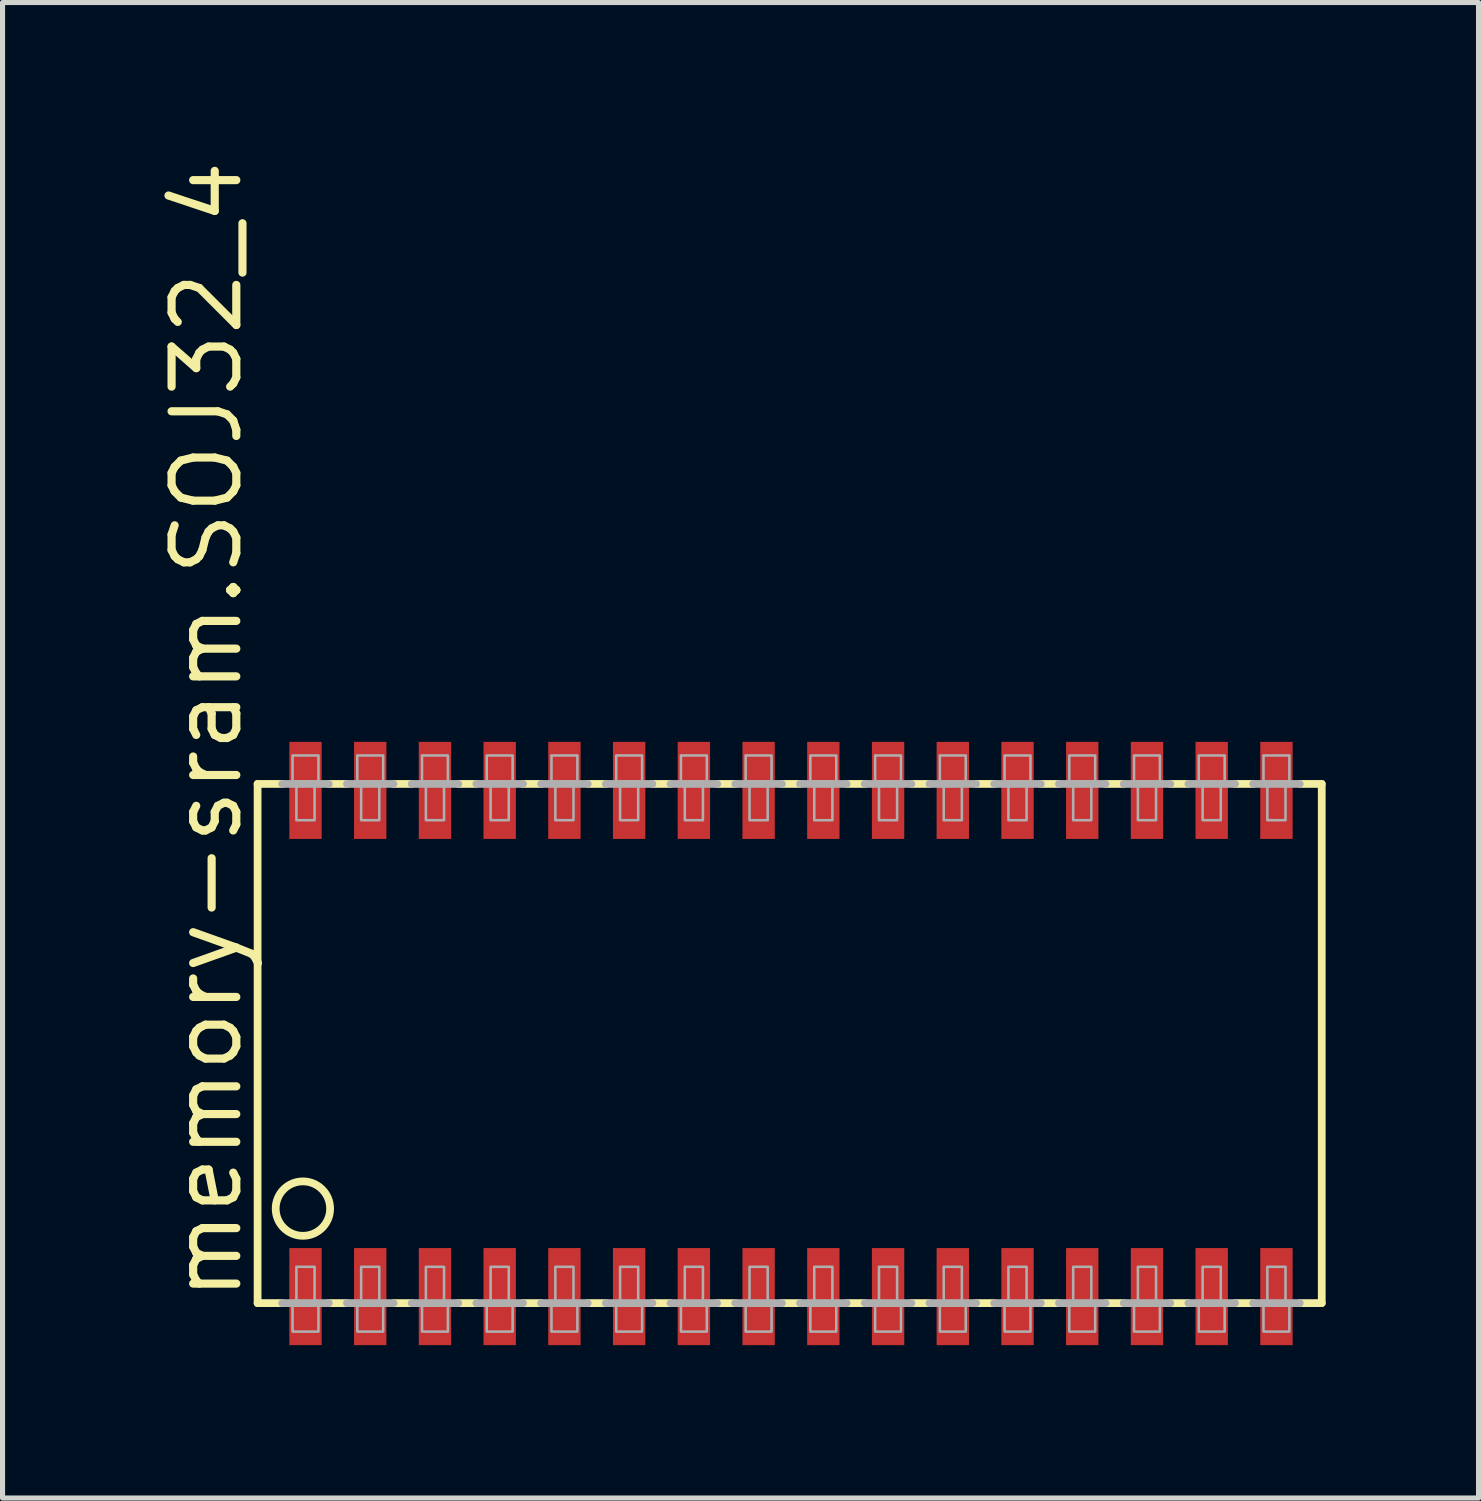
<source format=kicad_pcb>
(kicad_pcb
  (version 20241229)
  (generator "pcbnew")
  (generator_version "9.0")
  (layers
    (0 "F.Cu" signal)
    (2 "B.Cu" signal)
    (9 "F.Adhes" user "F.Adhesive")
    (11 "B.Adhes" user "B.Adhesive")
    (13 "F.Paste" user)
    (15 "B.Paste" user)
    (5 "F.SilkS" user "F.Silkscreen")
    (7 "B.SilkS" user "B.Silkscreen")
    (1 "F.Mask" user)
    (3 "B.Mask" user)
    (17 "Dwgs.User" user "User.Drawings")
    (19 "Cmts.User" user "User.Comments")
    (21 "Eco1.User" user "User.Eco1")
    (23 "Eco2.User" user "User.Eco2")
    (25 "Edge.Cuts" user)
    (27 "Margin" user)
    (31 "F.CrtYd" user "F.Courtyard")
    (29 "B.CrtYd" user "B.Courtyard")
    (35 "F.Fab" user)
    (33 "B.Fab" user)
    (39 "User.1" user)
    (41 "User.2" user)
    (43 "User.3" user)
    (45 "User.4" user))
  (footprint "memory-sram.SOJ32_4"
    (layer "F.Cu")
    (at 12.469 17.424)
    (property "Reference" "memory-sram.SOJ32_4" (at -10.719 5.118 90) (layer "F.SilkS") (effects (font (size 1.27 1.27) (thickness 0.16)) (justify left bottom)))
    (attr smd)
    (fp_line (start -10.465 -5.093) (end -10.465 5.093) (stroke (width 0.152) (type default)) (layer "F.SilkS"))
    (fp_line (start -10.465 -5.093) (end -9.982 -5.093) (stroke (width 0.152) (type default)) (layer "F.SilkS"))
    (fp_line (start -10.465 5.093) (end -9.982 5.093) (stroke (width 0.152) (type default)) (layer "F.SilkS"))
    (fp_line (start -9.068 -5.093) (end -8.712 -5.093) (stroke (width 0.152) (type default)) (layer "F.SilkS"))
    (fp_line (start -8.712 5.093) (end -9.068 5.093) (stroke (width 0.152) (type default)) (layer "F.SilkS"))
    (fp_line (start -7.798 -5.093) (end -7.442 -5.093) (stroke (width 0.152) (type default)) (layer "F.SilkS"))
    (fp_line (start -7.442 5.093) (end -7.798 5.093) (stroke (width 0.152) (type default)) (layer "F.SilkS"))
    (fp_line (start -6.528 -5.093) (end -6.172 -5.093) (stroke (width 0.152) (type default)) (layer "F.SilkS"))
    (fp_line (start -6.172 5.093) (end -6.528 5.093) (stroke (width 0.152) (type default)) (layer "F.SilkS"))
    (fp_line (start -5.258 -5.093) (end -4.902 -5.093) (stroke (width 0.152) (type default)) (layer "F.SilkS"))
    (fp_line (start -4.902 5.093) (end -5.258 5.093) (stroke (width 0.152) (type default)) (layer "F.SilkS"))
    (fp_line (start -3.988 -5.093) (end -3.632 -5.093) (stroke (width 0.152) (type default)) (layer "F.SilkS"))
    (fp_line (start -3.632 5.093) (end -3.988 5.093) (stroke (width 0.152) (type default)) (layer "F.SilkS"))
    (fp_line (start -2.718 -5.093) (end -2.362 -5.093) (stroke (width 0.152) (type default)) (layer "F.SilkS"))
    (fp_line (start -2.362 5.093) (end -2.718 5.093) (stroke (width 0.152) (type default)) (layer "F.SilkS"))
    (fp_line (start -1.448 -5.093) (end -1.092 -5.093) (stroke (width 0.152) (type default)) (layer "F.SilkS"))
    (fp_line (start -1.092 5.093) (end -1.448 5.093) (stroke (width 0.152) (type default)) (layer "F.SilkS"))
    (fp_line (start -0.178 -5.093) (end 0.178 -5.093) (stroke (width 0.152) (type default)) (layer "F.SilkS"))
    (fp_line (start 0.178 5.093) (end -0.178 5.093) (stroke (width 0.152) (type default)) (layer "F.SilkS"))
    (fp_line (start 1.092 -5.093) (end 1.448 -5.093) (stroke (width 0.152) (type default)) (layer "F.SilkS"))
    (fp_line (start 1.448 5.093) (end 1.092 5.093) (stroke (width 0.152) (type default)) (layer "F.SilkS"))
    (fp_line (start 2.362 -5.093) (end 2.718 -5.093) (stroke (width 0.152) (type default)) (layer "F.SilkS"))
    (fp_line (start 2.718 5.093) (end 2.362 5.093) (stroke (width 0.152) (type default)) (layer "F.SilkS"))
    (fp_line (start 3.632 -5.093) (end 3.988 -5.093) (stroke (width 0.152) (type default)) (layer "F.SilkS"))
    (fp_line (start 3.988 5.093) (end 3.632 5.093) (stroke (width 0.152) (type default)) (layer "F.SilkS"))
    (fp_line (start 4.902 -5.093) (end 5.258 -5.093) (stroke (width 0.152) (type default)) (layer "F.SilkS"))
    (fp_line (start 5.258 5.093) (end 4.902 5.093) (stroke (width 0.152) (type default)) (layer "F.SilkS"))
    (fp_line (start 6.172 -5.093) (end 6.528 -5.093) (stroke (width 0.152) (type default)) (layer "F.SilkS"))
    (fp_line (start 6.528 5.093) (end 6.172 5.093) (stroke (width 0.152) (type default)) (layer "F.SilkS"))
    (fp_line (start 7.442 -5.093) (end 7.798 -5.093) (stroke (width 0.152) (type default)) (layer "F.SilkS"))
    (fp_line (start 7.798 5.093) (end 7.442 5.093) (stroke (width 0.152) (type default)) (layer "F.SilkS"))
    (fp_line (start 8.712 -5.093) (end 9.068 -5.093) (stroke (width 0.152) (type default)) (layer "F.SilkS"))
    (fp_line (start 9.068 5.093) (end 8.712 5.093) (stroke (width 0.152) (type default)) (layer "F.SilkS"))
    (fp_line (start 10.414 -5.093) (end 9.982 -5.093) (stroke (width 0.152) (type default)) (layer "F.SilkS"))
    (fp_line (start 10.414 5.093) (end 9.982 5.093) (stroke (width 0.152) (type default)) (layer "F.SilkS"))
    (fp_line (start 10.414 5.093) (end 10.414 -5.093) (stroke (width 0.152) (type default)) (layer "F.SilkS"))
    (fp_circle (center -9.576 3.239) (end -9.042 3.239) (stroke (width 0.152) (type default)) (fill no) (layer "F.SilkS"))
    (fp_line (start -9.982 -5.093) (end -9.068 -5.093) (stroke (width 0.152) (type default)) (layer "F.Fab"))
    (fp_line (start -9.982 5.093) (end -9.068 5.093) (stroke (width 0.152) (type default)) (layer "F.Fab"))
    (fp_line (start -8.712 -5.093) (end -7.798 -5.093) (stroke (width 0.152) (type default)) (layer "F.Fab"))
    (fp_line (start -7.798 5.093) (end -8.712 5.093) (stroke (width 0.152) (type default)) (layer "F.Fab"))
    (fp_line (start -7.442 -5.093) (end -6.528 -5.093) (stroke (width 0.152) (type default)) (layer "F.Fab"))
    (fp_line (start -6.528 5.093) (end -7.442 5.093) (stroke (width 0.152) (type default)) (layer "F.Fab"))
    (fp_line (start -6.172 -5.093) (end -5.258 -5.093) (stroke (width 0.152) (type default)) (layer "F.Fab"))
    (fp_line (start -5.258 5.093) (end -6.172 5.093) (stroke (width 0.152) (type default)) (layer "F.Fab"))
    (fp_line (start -4.902 -5.093) (end -3.988 -5.093) (stroke (width 0.152) (type default)) (layer "F.Fab"))
    (fp_line (start -3.988 5.093) (end -4.902 5.093) (stroke (width 0.152) (type default)) (layer "F.Fab"))
    (fp_line (start -3.632 -5.093) (end -2.718 -5.093) (stroke (width 0.152) (type default)) (layer "F.Fab"))
    (fp_line (start -2.718 5.093) (end -3.632 5.093) (stroke (width 0.152) (type default)) (layer "F.Fab"))
    (fp_line (start -2.362 -5.093) (end -1.448 -5.093) (stroke (width 0.152) (type default)) (layer "F.Fab"))
    (fp_line (start -1.448 5.093) (end -2.362 5.093) (stroke (width 0.152) (type default)) (layer "F.Fab"))
    (fp_line (start -1.092 -5.093) (end -0.178 -5.093) (stroke (width 0.152) (type default)) (layer "F.Fab"))
    (fp_line (start -0.178 5.093) (end -1.092 5.093) (stroke (width 0.152) (type default)) (layer "F.Fab"))
    (fp_line (start 0.178 -5.093) (end 1.092 -5.093) (stroke (width 0.152) (type default)) (layer "F.Fab"))
    (fp_line (start 1.092 5.093) (end 0.178 5.093) (stroke (width 0.152) (type default)) (layer "F.Fab"))
    (fp_line (start 1.448 -5.093) (end 2.362 -5.093) (stroke (width 0.152) (type default)) (layer "F.Fab"))
    (fp_line (start 2.362 5.093) (end 1.448 5.093) (stroke (width 0.152) (type default)) (layer "F.Fab"))
    (fp_line (start 2.718 -5.093) (end 3.632 -5.093) (stroke (width 0.152) (type default)) (layer "F.Fab"))
    (fp_line (start 3.632 5.093) (end 2.718 5.093) (stroke (width 0.152) (type default)) (layer "F.Fab"))
    (fp_line (start 3.988 -5.093) (end 4.902 -5.093) (stroke (width 0.152) (type default)) (layer "F.Fab"))
    (fp_line (start 4.902 5.093) (end 3.988 5.093) (stroke (width 0.152) (type default)) (layer "F.Fab"))
    (fp_line (start 5.258 -5.093) (end 6.172 -5.093) (stroke (width 0.152) (type default)) (layer "F.Fab"))
    (fp_line (start 6.172 5.093) (end 5.258 5.093) (stroke (width 0.152) (type default)) (layer "F.Fab"))
    (fp_line (start 6.528 -5.093) (end 7.442 -5.093) (stroke (width 0.152) (type default)) (layer "F.Fab"))
    (fp_line (start 7.442 5.093) (end 6.528 5.093) (stroke (width 0.152) (type default)) (layer "F.Fab"))
    (fp_line (start 7.798 -5.093) (end 8.712 -5.093) (stroke (width 0.152) (type default)) (layer "F.Fab"))
    (fp_line (start 8.712 5.093) (end 7.798 5.093) (stroke (width 0.152) (type default)) (layer "F.Fab"))
    (fp_line (start 9.982 -5.093) (end 9.068 -5.093) (stroke (width 0.152) (type default)) (layer "F.Fab"))
    (fp_line (start 9.982 5.093) (end 9.068 5.093) (stroke (width 0.152) (type default)) (layer "F.Fab"))
    (fp_rect (start -9.779 -5.144) (end -9.271 -5.652) (stroke (width 0.05) (type default)) (fill no) (layer "F.Fab"))
    (fp_rect (start -9.779 5.652) (end -9.271 5.144) (stroke (width 0.05) (type default)) (fill no) (layer "F.Fab"))
    (fp_rect (start -9.703 -4.381) (end -9.347 -5.144) (stroke (width 0.05) (type default)) (fill no) (layer "F.Fab"))
    (fp_rect (start -9.703 5.144) (end -9.347 4.381) (stroke (width 0.05) (type default)) (fill no) (layer "F.Fab"))
    (fp_rect (start -8.509 -5.144) (end -8.001 -5.652) (stroke (width 0.05) (type default)) (fill no) (layer "F.Fab"))
    (fp_rect (start -8.509 5.652) (end -8.001 5.144) (stroke (width 0.05) (type default)) (fill no) (layer "F.Fab"))
    (fp_rect (start -8.433 -4.381) (end -8.077 -5.144) (stroke (width 0.05) (type default)) (fill no) (layer "F.Fab"))
    (fp_rect (start -8.433 5.144) (end -8.077 4.381) (stroke (width 0.05) (type default)) (fill no) (layer "F.Fab"))
    (fp_rect (start -7.239 -5.144) (end -6.731 -5.652) (stroke (width 0.05) (type default)) (fill no) (layer "F.Fab"))
    (fp_rect (start -7.239 5.652) (end -6.731 5.144) (stroke (width 0.05) (type default)) (fill no) (layer "F.Fab"))
    (fp_rect (start -7.163 -4.381) (end -6.807 -5.144) (stroke (width 0.05) (type default)) (fill no) (layer "F.Fab"))
    (fp_rect (start -7.163 5.144) (end -6.807 4.381) (stroke (width 0.05) (type default)) (fill no) (layer "F.Fab"))
    (fp_rect (start -5.969 -5.144) (end -5.461 -5.652) (stroke (width 0.05) (type default)) (fill no) (layer "F.Fab"))
    (fp_rect (start -5.969 5.652) (end -5.461 5.144) (stroke (width 0.05) (type default)) (fill no) (layer "F.Fab"))
    (fp_rect (start -5.893 -4.381) (end -5.537 -5.144) (stroke (width 0.05) (type default)) (fill no) (layer "F.Fab"))
    (fp_rect (start -5.893 5.144) (end -5.537 4.381) (stroke (width 0.05) (type default)) (fill no) (layer "F.Fab"))
    (fp_rect (start -4.699 -5.144) (end -4.191 -5.652) (stroke (width 0.05) (type default)) (fill no) (layer "F.Fab"))
    (fp_rect (start -4.699 5.652) (end -4.191 5.144) (stroke (width 0.05) (type default)) (fill no) (layer "F.Fab"))
    (fp_rect (start -4.623 -4.381) (end -4.267 -5.144) (stroke (width 0.05) (type default)) (fill no) (layer "F.Fab"))
    (fp_rect (start -4.623 5.144) (end -4.267 4.381) (stroke (width 0.05) (type default)) (fill no) (layer "F.Fab"))
    (fp_rect (start -3.429 -5.144) (end -2.921 -5.652) (stroke (width 0.05) (type default)) (fill no) (layer "F.Fab"))
    (fp_rect (start -3.429 5.652) (end -2.921 5.144) (stroke (width 0.05) (type default)) (fill no) (layer "F.Fab"))
    (fp_rect (start -3.353 -4.381) (end -2.997 -5.144) (stroke (width 0.05) (type default)) (fill no) (layer "F.Fab"))
    (fp_rect (start -3.353 5.144) (end -2.997 4.381) (stroke (width 0.05) (type default)) (fill no) (layer "F.Fab"))
    (fp_rect (start -2.159 -5.144) (end -1.651 -5.652) (stroke (width 0.05) (type default)) (fill no) (layer "F.Fab"))
    (fp_rect (start -2.159 5.652) (end -1.651 5.144) (stroke (width 0.05) (type default)) (fill no) (layer "F.Fab"))
    (fp_rect (start -2.083 -4.381) (end -1.727 -5.144) (stroke (width 0.05) (type default)) (fill no) (layer "F.Fab"))
    (fp_rect (start -2.083 5.144) (end -1.727 4.381) (stroke (width 0.05) (type default)) (fill no) (layer "F.Fab"))
    (fp_rect (start -0.889 -5.144) (end -0.381 -5.652) (stroke (width 0.05) (type default)) (fill no) (layer "F.Fab"))
    (fp_rect (start -0.889 5.652) (end -0.381 5.144) (stroke (width 0.05) (type default)) (fill no) (layer "F.Fab"))
    (fp_rect (start -0.813 -4.381) (end -0.457 -5.144) (stroke (width 0.05) (type default)) (fill no) (layer "F.Fab"))
    (fp_rect (start -0.813 5.144) (end -0.457 4.381) (stroke (width 0.05) (type default)) (fill no) (layer "F.Fab"))
    (fp_rect (start 0.381 -5.144) (end 0.889 -5.652) (stroke (width 0.05) (type default)) (fill no) (layer "F.Fab"))
    (fp_rect (start 0.381 5.652) (end 0.889 5.144) (stroke (width 0.05) (type default)) (fill no) (layer "F.Fab"))
    (fp_rect (start 0.457 -4.381) (end 0.813 -5.144) (stroke (width 0.05) (type default)) (fill no) (layer "F.Fab"))
    (fp_rect (start 0.457 5.144) (end 0.813 4.381) (stroke (width 0.05) (type default)) (fill no) (layer "F.Fab"))
    (fp_rect (start 1.651 -5.144) (end 2.159 -5.652) (stroke (width 0.05) (type default)) (fill no) (layer "F.Fab"))
    (fp_rect (start 1.651 5.652) (end 2.159 5.144) (stroke (width 0.05) (type default)) (fill no) (layer "F.Fab"))
    (fp_rect (start 1.727 -4.381) (end 2.083 -5.144) (stroke (width 0.05) (type default)) (fill no) (layer "F.Fab"))
    (fp_rect (start 1.727 5.144) (end 2.083 4.381) (stroke (width 0.05) (type default)) (fill no) (layer "F.Fab"))
    (fp_rect (start 2.921 -5.144) (end 3.429 -5.652) (stroke (width 0.05) (type default)) (fill no) (layer "F.Fab"))
    (fp_rect (start 2.921 5.652) (end 3.429 5.144) (stroke (width 0.05) (type default)) (fill no) (layer "F.Fab"))
    (fp_rect (start 2.997 -4.381) (end 3.353 -5.144) (stroke (width 0.05) (type default)) (fill no) (layer "F.Fab"))
    (fp_rect (start 2.997 5.144) (end 3.353 4.381) (stroke (width 0.05) (type default)) (fill no) (layer "F.Fab"))
    (fp_rect (start 4.191 -5.144) (end 4.699 -5.652) (stroke (width 0.05) (type default)) (fill no) (layer "F.Fab"))
    (fp_rect (start 4.191 5.652) (end 4.699 5.144) (stroke (width 0.05) (type default)) (fill no) (layer "F.Fab"))
    (fp_rect (start 4.267 -4.381) (end 4.623 -5.144) (stroke (width 0.05) (type default)) (fill no) (layer "F.Fab"))
    (fp_rect (start 4.267 5.144) (end 4.623 4.381) (stroke (width 0.05) (type default)) (fill no) (layer "F.Fab"))
    (fp_rect (start 5.461 -5.144) (end 5.969 -5.652) (stroke (width 0.05) (type default)) (fill no) (layer "F.Fab"))
    (fp_rect (start 5.461 5.652) (end 5.969 5.144) (stroke (width 0.05) (type default)) (fill no) (layer "F.Fab"))
    (fp_rect (start 5.537 -4.381) (end 5.893 -5.144) (stroke (width 0.05) (type default)) (fill no) (layer "F.Fab"))
    (fp_rect (start 5.537 5.144) (end 5.893 4.381) (stroke (width 0.05) (type default)) (fill no) (layer "F.Fab"))
    (fp_rect (start 6.731 -5.144) (end 7.239 -5.652) (stroke (width 0.05) (type default)) (fill no) (layer "F.Fab"))
    (fp_rect (start 6.731 5.652) (end 7.239 5.144) (stroke (width 0.05) (type default)) (fill no) (layer "F.Fab"))
    (fp_rect (start 6.807 -4.381) (end 7.163 -5.144) (stroke (width 0.05) (type default)) (fill no) (layer "F.Fab"))
    (fp_rect (start 6.807 5.144) (end 7.163 4.381) (stroke (width 0.05) (type default)) (fill no) (layer "F.Fab"))
    (fp_rect (start 8.001 -5.144) (end 8.509 -5.652) (stroke (width 0.05) (type default)) (fill no) (layer "F.Fab"))
    (fp_rect (start 8.001 5.652) (end 8.509 5.144) (stroke (width 0.05) (type default)) (fill no) (layer "F.Fab"))
    (fp_rect (start 8.077 -4.381) (end 8.433 -5.144) (stroke (width 0.05) (type default)) (fill no) (layer "F.Fab"))
    (fp_rect (start 8.077 5.144) (end 8.433 4.381) (stroke (width 0.05) (type default)) (fill no) (layer "F.Fab"))
    (fp_rect (start 9.271 -5.144) (end 9.779 -5.652) (stroke (width 0.05) (type default)) (fill no) (layer "F.Fab"))
    (fp_rect (start 9.271 5.652) (end 9.779 5.144) (stroke (width 0.05) (type default)) (fill no) (layer "F.Fab"))
    (fp_rect (start 9.347 -4.381) (end 9.703 -5.144) (stroke (width 0.05) (type default)) (fill no) (layer "F.Fab"))
    (fp_rect (start 9.347 5.144) (end 9.703 4.381) (stroke (width 0.05) (type default)) (fill no) (layer "F.Fab"))
    (pad "1" smd roundrect (at -9.525 4.966) (size 0.635 1.905) (layers "F.Cu" "F.Mask" "F.Paste") (roundrect_rratio 0.01))
    (pad "2" smd roundrect (at -8.255 4.966) (size 0.635 1.905) (layers "F.Cu" "F.Mask" "F.Paste") (roundrect_rratio 0.01))
    (pad "3" smd roundrect (at -6.985 4.966) (size 0.635 1.905) (layers "F.Cu" "F.Mask" "F.Paste") (roundrect_rratio 0.01))
    (pad "4" smd roundrect (at -5.715 4.966) (size 0.635 1.905) (layers "F.Cu" "F.Mask" "F.Paste") (roundrect_rratio 0.01))
    (pad "5" smd roundrect (at -4.445 4.966) (size 0.635 1.905) (layers "F.Cu" "F.Mask" "F.Paste") (roundrect_rratio 0.01))
    (pad "6" smd roundrect (at -3.175 4.966) (size 0.635 1.905) (layers "F.Cu" "F.Mask" "F.Paste") (roundrect_rratio 0.01))
    (pad "7" smd roundrect (at -1.905 4.966) (size 0.635 1.905) (layers "F.Cu" "F.Mask" "F.Paste") (roundrect_rratio 0.01))
    (pad "8" smd roundrect (at -0.635 4.966) (size 0.635 1.905) (layers "F.Cu" "F.Mask" "F.Paste") (roundrect_rratio 0.01))
    (pad "9" smd roundrect (at 0.635 4.966) (size 0.635 1.905) (layers "F.Cu" "F.Mask" "F.Paste") (roundrect_rratio 0.01))
    (pad "10" smd roundrect (at 1.905 4.966) (size 0.635 1.905) (layers "F.Cu" "F.Mask" "F.Paste") (roundrect_rratio 0.01))
    (pad "11" smd roundrect (at 3.175 4.966) (size 0.635 1.905) (layers "F.Cu" "F.Mask" "F.Paste") (roundrect_rratio 0.01))
    (pad "12" smd roundrect (at 4.445 4.966) (size 0.635 1.905) (layers "F.Cu" "F.Mask" "F.Paste") (roundrect_rratio 0.01))
    (pad "13" smd roundrect (at 5.715 4.966) (size 0.635 1.905) (layers "F.Cu" "F.Mask" "F.Paste") (roundrect_rratio 0.01))
    (pad "14" smd roundrect (at 6.985 4.966) (size 0.635 1.905) (layers "F.Cu" "F.Mask" "F.Paste") (roundrect_rratio 0.01))
    (pad "15" smd roundrect (at 8.255 4.966) (size 0.635 1.905) (layers "F.Cu" "F.Mask" "F.Paste") (roundrect_rratio 0.01))
    (pad "16" smd roundrect (at 9.525 4.966) (size 0.635 1.905) (layers "F.Cu" "F.Mask" "F.Paste") (roundrect_rratio 0.01))
    (pad "17" smd roundrect (at 9.525 -4.966) (size 0.635 1.905) (layers "F.Cu" "F.Mask" "F.Paste") (roundrect_rratio 0.01))
    (pad "18" smd roundrect (at 8.255 -4.966) (size 0.635 1.905) (layers "F.Cu" "F.Mask" "F.Paste") (roundrect_rratio 0.01))
    (pad "19" smd roundrect (at 6.985 -4.966) (size 0.635 1.905) (layers "F.Cu" "F.Mask" "F.Paste") (roundrect_rratio 0.01))
    (pad "20" smd roundrect (at 5.715 -4.966) (size 0.635 1.905) (layers "F.Cu" "F.Mask" "F.Paste") (roundrect_rratio 0.01))
    (pad "21" smd roundrect (at 4.445 -4.966) (size 0.635 1.905) (layers "F.Cu" "F.Mask" "F.Paste") (roundrect_rratio 0.01))
    (pad "22" smd roundrect (at 3.175 -4.966) (size 0.635 1.905) (layers "F.Cu" "F.Mask" "F.Paste") (roundrect_rratio 0.01))
    (pad "23" smd roundrect (at 1.905 -4.966) (size 0.635 1.905) (layers "F.Cu" "F.Mask" "F.Paste") (roundrect_rratio 0.01))
    (pad "24" smd roundrect (at 0.635 -4.966) (size 0.635 1.905) (layers "F.Cu" "F.Mask" "F.Paste") (roundrect_rratio 0.01))
    (pad "25" smd roundrect (at -0.635 -4.966) (size 0.635 1.905) (layers "F.Cu" "F.Mask" "F.Paste") (roundrect_rratio 0.01))
    (pad "26" smd roundrect (at -1.905 -4.966) (size 0.635 1.905) (layers "F.Cu" "F.Mask" "F.Paste") (roundrect_rratio 0.01))
    (pad "27" smd roundrect (at -3.175 -4.966) (size 0.635 1.905) (layers "F.Cu" "F.Mask" "F.Paste") (roundrect_rratio 0.01))
    (pad "28" smd roundrect (at -4.445 -4.966) (size 0.635 1.905) (layers "F.Cu" "F.Mask" "F.Paste") (roundrect_rratio 0.01))
    (pad "29" smd roundrect (at -5.715 -4.966) (size 0.635 1.905) (layers "F.Cu" "F.Mask" "F.Paste") (roundrect_rratio 0.01))
    (pad "30" smd roundrect (at -6.985 -4.966) (size 0.635 1.905) (layers "F.Cu" "F.Mask" "F.Paste") (roundrect_rratio 0.01))
    (pad "31" smd roundrect (at -8.255 -4.966) (size 0.635 1.905) (layers "F.Cu" "F.Mask" "F.Paste") (roundrect_rratio 0.01))
    (pad "32" smd roundrect (at -9.525 -4.966) (size 0.635 1.905) (layers "F.Cu" "F.Mask" "F.Paste") (roundrect_rratio 0.01)))
  (gr_rect
    (start -3 -3)
    (end 25.959 26.342)
    (stroke (width 0.1) (type default))
    (fill no)
    (layer "Edge.Cuts")))
</source>
